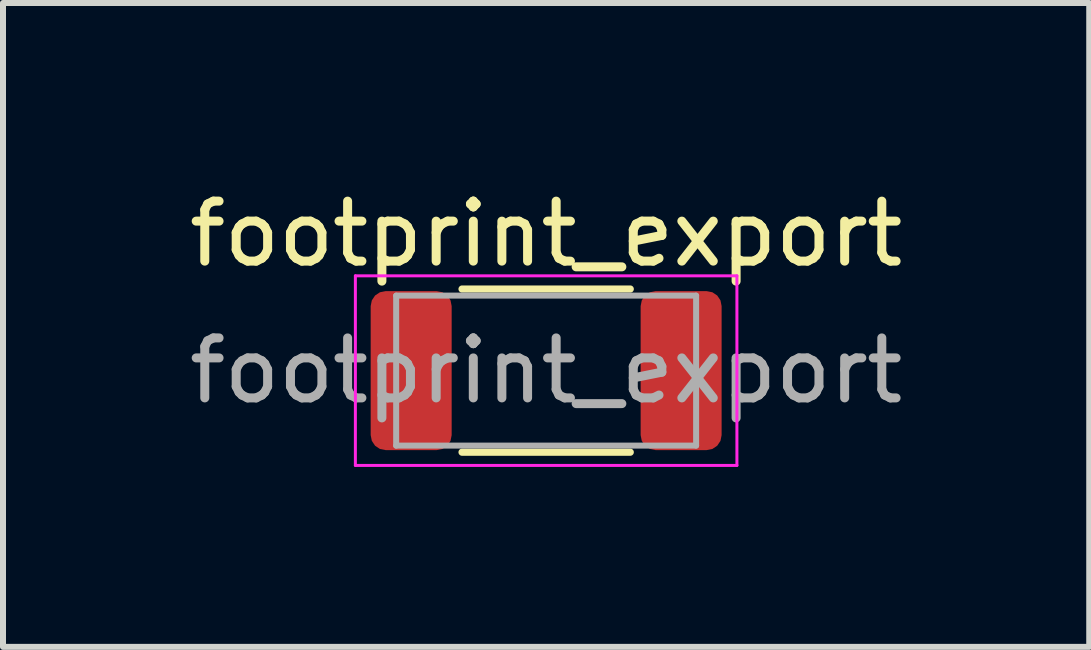
<source format=kicad_pcb>
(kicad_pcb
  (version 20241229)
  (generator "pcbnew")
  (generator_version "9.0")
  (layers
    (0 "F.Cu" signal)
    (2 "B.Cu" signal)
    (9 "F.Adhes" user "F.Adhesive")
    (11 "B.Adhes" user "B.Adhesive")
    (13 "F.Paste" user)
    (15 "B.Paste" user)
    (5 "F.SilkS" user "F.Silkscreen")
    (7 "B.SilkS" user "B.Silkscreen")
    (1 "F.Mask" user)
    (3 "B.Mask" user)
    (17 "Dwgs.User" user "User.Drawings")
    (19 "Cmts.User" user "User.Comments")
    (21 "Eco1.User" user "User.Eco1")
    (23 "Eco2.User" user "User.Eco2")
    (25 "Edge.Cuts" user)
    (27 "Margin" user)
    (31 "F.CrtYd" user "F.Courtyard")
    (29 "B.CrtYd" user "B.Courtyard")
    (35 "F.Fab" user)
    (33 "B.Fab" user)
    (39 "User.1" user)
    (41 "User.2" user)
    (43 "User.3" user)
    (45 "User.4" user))
  (footprint "footprint_export"
    (layer "F.Cu")
    (at 6.054 3.128)
    (property "Reference" "footprint_export" (at 0 -2.28 0) (layer "F.SilkS") (effects (font (size 1 1) (thickness 0.15))))
    (attr smd)
    (fp_line (start -1.402 -1.36) (end 1.402 -1.36) (stroke (width 0.12) (type solid)) (layer "F.SilkS"))
    (fp_line (start -1.402 1.36) (end 1.402 1.36) (stroke (width 0.12) (type solid)) (layer "F.SilkS"))
    (fp_line (start -3.18 -1.58) (end 3.18 -1.58) (stroke (width 0.05) (type solid)) (layer "F.CrtYd"))
    (fp_line (start -3.18 1.58) (end -3.18 -1.58) (stroke (width 0.05) (type solid)) (layer "F.CrtYd"))
    (fp_line (start 3.18 -1.58) (end 3.18 1.58) (stroke (width 0.05) (type solid)) (layer "F.CrtYd"))
    (fp_line (start 3.18 1.58) (end -3.18 1.58) (stroke (width 0.05) (type solid)) (layer "F.CrtYd"))
    (fp_line (start -2.5 -1.25) (end 2.5 -1.25) (stroke (width 0.1) (type solid)) (layer "F.Fab"))
    (fp_line (start -2.5 1.25) (end -2.5 -1.25) (stroke (width 0.1) (type solid)) (layer "F.Fab"))
    (fp_line (start 2.5 -1.25) (end 2.5 1.25) (stroke (width 0.1) (type solid)) (layer "F.Fab"))
    (fp_line (start 2.5 1.25) (end -2.5 1.25) (stroke (width 0.1) (type solid)) (layer "F.Fab"))
    (fp_text user "${REFERENCE}" (at 0 0 0) (layer "F.Fab") (effects (font (size 1 1) (thickness 0.15))))
    (pad "1" smd roundrect (at -2.25 0) (size 1.35 2.65) (layers "F.Cu" "F.Mask" "F.Paste") (roundrect_rratio 0.185))
    (pad "2" smd roundrect (at 2.25 0) (size 1.35 2.65) (layers "F.Cu" "F.Mask" "F.Paste") (roundrect_rratio 0.185)))
  (gr_rect
    (start -3 -3)
    (end 15.107 7.733)
    (stroke (width 0.1) (type default))
    (fill no)
    (layer "Edge.Cuts")))
</source>
